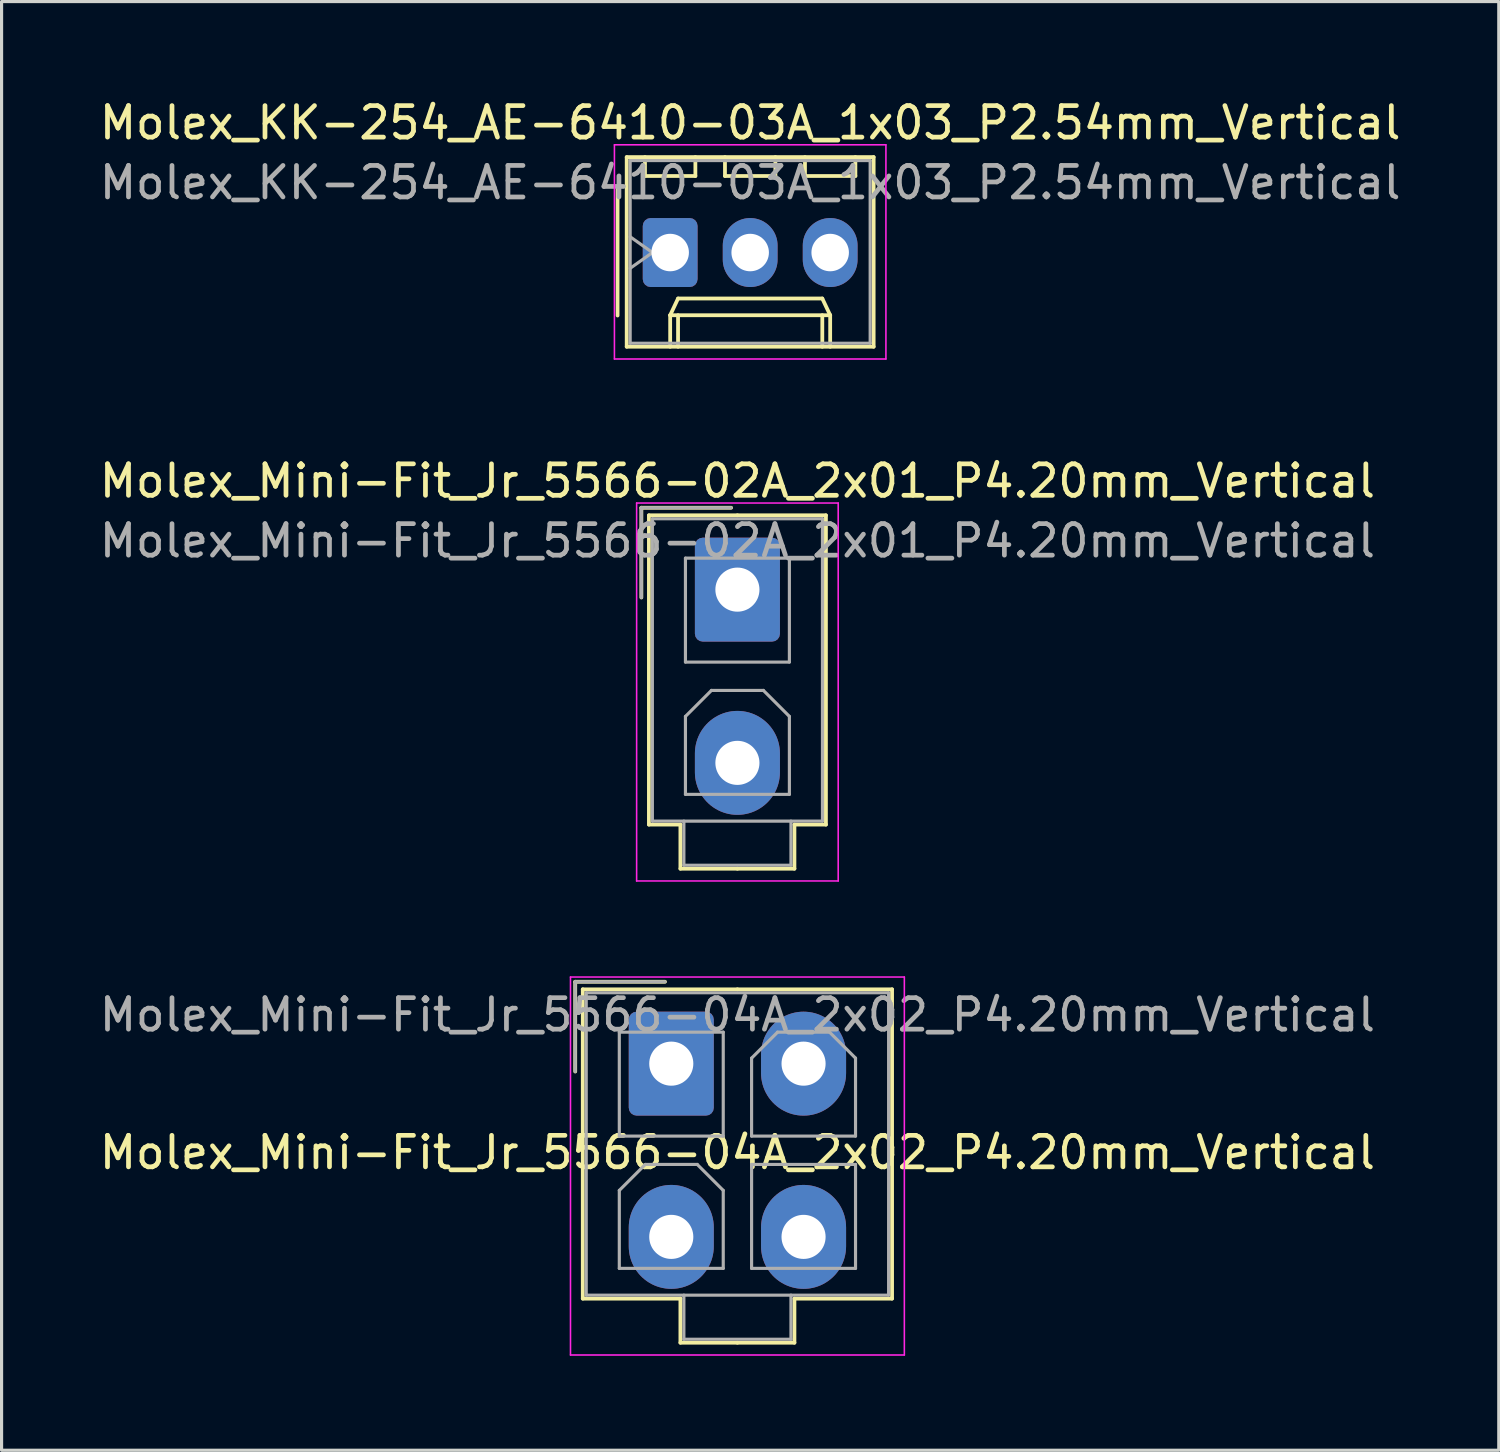
<source format=kicad_pcb>
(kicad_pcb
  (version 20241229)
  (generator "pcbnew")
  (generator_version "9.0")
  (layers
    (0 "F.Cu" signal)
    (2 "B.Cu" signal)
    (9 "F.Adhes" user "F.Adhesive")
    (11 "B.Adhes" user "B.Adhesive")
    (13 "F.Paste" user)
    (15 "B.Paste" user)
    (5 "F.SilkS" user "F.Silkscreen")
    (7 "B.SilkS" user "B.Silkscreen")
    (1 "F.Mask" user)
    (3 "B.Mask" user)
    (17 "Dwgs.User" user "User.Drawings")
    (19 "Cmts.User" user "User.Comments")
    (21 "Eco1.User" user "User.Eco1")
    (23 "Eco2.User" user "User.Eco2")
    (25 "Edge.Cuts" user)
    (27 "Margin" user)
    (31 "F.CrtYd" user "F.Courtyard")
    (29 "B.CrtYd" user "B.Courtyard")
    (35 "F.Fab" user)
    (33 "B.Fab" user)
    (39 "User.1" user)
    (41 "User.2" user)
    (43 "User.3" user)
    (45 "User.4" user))
  (footprint "Molex_KK-254_AE-6410-03A_1x03_P2.54mm_Vertical"
    (layer "F.Cu")
    (at 18.228 4.968)
    (property "Reference" "Molex_KK-254_AE-6410-03A_1x03_P2.54mm_Vertical" (at 2.54 -4.12 0) (layer "F.SilkS") (effects (font (size 1 1) (thickness 0.15))))
    (attr through_hole)
    (fp_line (start -1.67 -2) (end -1.67 2) (stroke (width 0.12) (type solid)) (layer "F.SilkS"))
    (fp_line (start -1.38 -3.03) (end -1.38 2.99) (stroke (width 0.12) (type solid)) (layer "F.SilkS"))
    (fp_line (start -1.38 2.99) (end 6.46 2.99) (stroke (width 0.12) (type solid)) (layer "F.SilkS"))
    (fp_line (start -0.8 -3.03) (end -0.8 -2.43) (stroke (width 0.12) (type solid)) (layer "F.SilkS"))
    (fp_line (start -0.8 -2.43) (end 0.8 -2.43) (stroke (width 0.12) (type solid)) (layer "F.SilkS"))
    (fp_line (start 0 1.99) (end 0.25 1.46) (stroke (width 0.12) (type solid)) (layer "F.SilkS"))
    (fp_line (start 0 1.99) (end 5.08 1.99) (stroke (width 0.12) (type solid)) (layer "F.SilkS"))
    (fp_line (start 0 2.99) (end 0 1.99) (stroke (width 0.12) (type solid)) (layer "F.SilkS"))
    (fp_line (start 0.25 1.46) (end 4.83 1.46) (stroke (width 0.12) (type solid)) (layer "F.SilkS"))
    (fp_line (start 0.25 2.99) (end 0.25 1.99) (stroke (width 0.12) (type solid)) (layer "F.SilkS"))
    (fp_line (start 0.8 -2.43) (end 0.8 -3.03) (stroke (width 0.12) (type solid)) (layer "F.SilkS"))
    (fp_line (start 1.74 -3.03) (end 1.74 -2.43) (stroke (width 0.12) (type solid)) (layer "F.SilkS"))
    (fp_line (start 1.74 -2.43) (end 3.34 -2.43) (stroke (width 0.12) (type solid)) (layer "F.SilkS"))
    (fp_line (start 3.34 -2.43) (end 3.34 -3.03) (stroke (width 0.12) (type solid)) (layer "F.SilkS"))
    (fp_line (start 4.28 -3.03) (end 4.28 -2.43) (stroke (width 0.12) (type solid)) (layer "F.SilkS"))
    (fp_line (start 4.28 -2.43) (end 5.88 -2.43) (stroke (width 0.12) (type solid)) (layer "F.SilkS"))
    (fp_line (start 4.83 1.46) (end 5.08 1.99) (stroke (width 0.12) (type solid)) (layer "F.SilkS"))
    (fp_line (start 4.83 2.99) (end 4.83 1.99) (stroke (width 0.12) (type solid)) (layer "F.SilkS"))
    (fp_line (start 5.08 1.99) (end 5.08 2.99) (stroke (width 0.12) (type solid)) (layer "F.SilkS"))
    (fp_line (start 5.88 -2.43) (end 5.88 -3.03) (stroke (width 0.12) (type solid)) (layer "F.SilkS"))
    (fp_line (start 6.46 -3.03) (end -1.38 -3.03) (stroke (width 0.12) (type solid)) (layer "F.SilkS"))
    (fp_line (start 6.46 2.99) (end 6.46 -3.03) (stroke (width 0.12) (type solid)) (layer "F.SilkS"))
    (fp_line (start -1.77 -3.42) (end -1.77 3.38) (stroke (width 0.05) (type solid)) (layer "F.CrtYd"))
    (fp_line (start -1.77 3.38) (end 6.85 3.38) (stroke (width 0.05) (type solid)) (layer "F.CrtYd"))
    (fp_line (start 6.85 -3.42) (end -1.77 -3.42) (stroke (width 0.05) (type solid)) (layer "F.CrtYd"))
    (fp_line (start 6.85 3.38) (end 6.85 -3.42) (stroke (width 0.05) (type solid)) (layer "F.CrtYd"))
    (fp_line (start -1.27 -2.92) (end -1.27 2.88) (stroke (width 0.1) (type solid)) (layer "F.Fab"))
    (fp_line (start -1.27 -0.5) (end -0.563 0) (stroke (width 0.1) (type solid)) (layer "F.Fab"))
    (fp_line (start -1.27 2.88) (end 6.35 2.88) (stroke (width 0.1) (type solid)) (layer "F.Fab"))
    (fp_line (start -0.563 0) (end -1.27 0.5) (stroke (width 0.1) (type solid)) (layer "F.Fab"))
    (fp_line (start 6.35 -2.92) (end -1.27 -2.92) (stroke (width 0.1) (type solid)) (layer "F.Fab"))
    (fp_line (start 6.35 2.88) (end 6.35 -2.92) (stroke (width 0.1) (type solid)) (layer "F.Fab"))
    (fp_text user "${REFERENCE}" (at 2.54 -2.22 0) (layer "F.Fab") (effects (font (size 1 1) (thickness 0.15))))
    (pad "1" thru_hole roundrect (at 0 0) (size 1.74 2.19) (drill 1.19) (layers "*.Cu" "*.Mask") (roundrect_rratio 0.144))
    (pad "2" thru_hole oval (at 2.54 0) (size 1.74 2.19) (drill 1.19) (layers "*.Cu" "*.Mask"))
    (pad "3" thru_hole oval (at 5.08 0) (size 1.74 2.19) (drill 1.19) (layers "*.Cu" "*.Mask")))
  (footprint "Molex_Mini-Fit_Jr_5566-04A_2x02_P4.20mm_Vertical"
    (layer "F.Cu")
    (at 18.263 30.721)
    (property "Reference" "Molex_Mini-Fit_Jr_5566-04A_2x02_P4.20mm_Vertical" (at 2.1 2.821 0) (layer "F.SilkS") (effects (font (size 1 1) (thickness 0.15))))
    (attr through_hole)
    (fp_line (start -3.05 -2.6) (end -3.05 0.25) (stroke (width 0.12) (type solid)) (layer "F.SilkS"))
    (fp_line (start -2.81 -2.36) (end -2.81 7.46) (stroke (width 0.12) (type solid)) (layer "F.SilkS"))
    (fp_line (start -2.81 7.46) (end 0.29 7.46) (stroke (width 0.12) (type solid)) (layer "F.SilkS"))
    (fp_line (start -0.2 -2.6) (end -3.05 -2.6) (stroke (width 0.12) (type solid)) (layer "F.SilkS"))
    (fp_line (start 0.29 7.46) (end 0.29 8.86) (stroke (width 0.12) (type solid)) (layer "F.SilkS"))
    (fp_line (start 0.29 8.86) (end 2.1 8.86) (stroke (width 0.12) (type solid)) (layer "F.SilkS"))
    (fp_line (start 2.1 -2.36) (end -2.81 -2.36) (stroke (width 0.12) (type solid)) (layer "F.SilkS"))
    (fp_line (start 2.1 -2.36) (end 7.01 -2.36) (stroke (width 0.12) (type solid)) (layer "F.SilkS"))
    (fp_line (start 3.91 7.46) (end 3.91 8.86) (stroke (width 0.12) (type solid)) (layer "F.SilkS"))
    (fp_line (start 3.91 8.86) (end 2.1 8.86) (stroke (width 0.12) (type solid)) (layer "F.SilkS"))
    (fp_line (start 7.01 -2.36) (end 7.01 7.46) (stroke (width 0.12) (type solid)) (layer "F.SilkS"))
    (fp_line (start 7.01 7.46) (end 3.91 7.46) (stroke (width 0.12) (type solid)) (layer "F.SilkS"))
    (fp_line (start -3.2 -2.75) (end -3.2 9.25) (stroke (width 0.05) (type solid)) (layer "F.CrtYd"))
    (fp_line (start -3.2 9.25) (end 7.4 9.25) (stroke (width 0.05) (type solid)) (layer "F.CrtYd"))
    (fp_line (start 7.4 -2.75) (end -3.2 -2.75) (stroke (width 0.05) (type solid)) (layer "F.CrtYd"))
    (fp_line (start 7.4 9.25) (end 7.4 -2.75) (stroke (width 0.05) (type solid)) (layer "F.CrtYd"))
    (fp_line (start -3.05 -2.6) (end -3.05 0.25) (stroke (width 0.1) (type solid)) (layer "F.Fab"))
    (fp_line (start -2.7 -2.25) (end -2.7 7.35) (stroke (width 0.1) (type solid)) (layer "F.Fab"))
    (fp_line (start -2.7 7.35) (end 6.9 7.35) (stroke (width 0.1) (type solid)) (layer "F.Fab"))
    (fp_line (start -1.65 -1) (end -1.65 2.3) (stroke (width 0.1) (type solid)) (layer "F.Fab"))
    (fp_line (start -1.65 2.3) (end 1.65 2.3) (stroke (width 0.1) (type solid)) (layer "F.Fab"))
    (fp_line (start -1.65 4.025) (end -0.825 3.2) (stroke (width 0.1) (type solid)) (layer "F.Fab"))
    (fp_line (start -1.65 6.5) (end -1.65 4.025) (stroke (width 0.1) (type solid)) (layer "F.Fab"))
    (fp_line (start -0.825 3.2) (end 0.825 3.2) (stroke (width 0.1) (type solid)) (layer "F.Fab"))
    (fp_line (start -0.2 -2.6) (end -3.05 -2.6) (stroke (width 0.1) (type solid)) (layer "F.Fab"))
    (fp_line (start 0.4 7.35) (end 0.4 8.75) (stroke (width 0.1) (type solid)) (layer "F.Fab"))
    (fp_line (start 0.4 8.75) (end 3.8 8.75) (stroke (width 0.1) (type solid)) (layer "F.Fab"))
    (fp_line (start 0.825 3.2) (end 1.65 4.025) (stroke (width 0.1) (type solid)) (layer "F.Fab"))
    (fp_line (start 1.65 -1) (end -1.65 -1) (stroke (width 0.1) (type solid)) (layer "F.Fab"))
    (fp_line (start 1.65 2.3) (end 1.65 -1) (stroke (width 0.1) (type solid)) (layer "F.Fab"))
    (fp_line (start 1.65 4.025) (end 1.65 6.5) (stroke (width 0.1) (type solid)) (layer "F.Fab"))
    (fp_line (start 1.65 6.5) (end -1.65 6.5) (stroke (width 0.1) (type solid)) (layer "F.Fab"))
    (fp_line (start 2.55 -0.175) (end 3.375 -1) (stroke (width 0.1) (type solid)) (layer "F.Fab"))
    (fp_line (start 2.55 2.3) (end 2.55 -0.175) (stroke (width 0.1) (type solid)) (layer "F.Fab"))
    (fp_line (start 2.55 3.2) (end 2.55 6.5) (stroke (width 0.1) (type solid)) (layer "F.Fab"))
    (fp_line (start 2.55 6.5) (end 5.85 6.5) (stroke (width 0.1) (type solid)) (layer "F.Fab"))
    (fp_line (start 3.375 -1) (end 5.025 -1) (stroke (width 0.1) (type solid)) (layer "F.Fab"))
    (fp_line (start 3.8 8.75) (end 3.8 7.35) (stroke (width 0.1) (type solid)) (layer "F.Fab"))
    (fp_line (start 5.025 -1) (end 5.85 -0.175) (stroke (width 0.1) (type solid)) (layer "F.Fab"))
    (fp_line (start 5.85 -0.175) (end 5.85 2.3) (stroke (width 0.1) (type solid)) (layer "F.Fab"))
    (fp_line (start 5.85 2.3) (end 2.55 2.3) (stroke (width 0.1) (type solid)) (layer "F.Fab"))
    (fp_line (start 5.85 3.2) (end 2.55 3.2) (stroke (width 0.1) (type solid)) (layer "F.Fab"))
    (fp_line (start 5.85 6.5) (end 5.85 3.2) (stroke (width 0.1) (type solid)) (layer "F.Fab"))
    (fp_line (start 6.9 -2.25) (end -2.7 -2.25) (stroke (width 0.1) (type solid)) (layer "F.Fab"))
    (fp_line (start 6.9 7.35) (end 6.9 -2.25) (stroke (width 0.1) (type solid)) (layer "F.Fab"))
    (fp_text user "${REFERENCE}" (at 2.1 -1.55 0) (layer "F.Fab") (effects (font (size 1 1) (thickness 0.15))))
    (pad "1" thru_hole roundrect (at 0 0) (size 2.7 3.3) (drill 1.4) (layers "*.Cu" "*.Mask") (roundrect_rratio 0.093))
    (pad "2" thru_hole oval (at 4.2 0) (size 2.7 3.3) (drill 1.4) (layers "*.Cu" "*.Mask"))
    (pad "3" thru_hole oval (at 0 5.5) (size 2.7 3.3) (drill 1.4) (layers "*.Cu" "*.Mask"))
    (pad "4" thru_hole oval (at 4.2 5.5) (size 2.7 3.3) (drill 1.4) (layers "*.Cu" "*.Mask")))
  (footprint "Molex_Mini-Fit_Jr_5566-02A_2x01_P4.20mm_Vertical"
    (layer "F.Cu")
    (at 20.363 15.671)
    (property "Reference" "Molex_Mini-Fit_Jr_5566-02A_2x01_P4.20mm_Vertical" (at 0 -3.45 180) (layer "F.SilkS") (effects (font (size 1 1) (thickness 0.15))))
    (attr through_hole)
    (fp_line (start -3.05 -2.6) (end -3.05 0.25) (stroke (width 0.12) (type solid)) (layer "F.SilkS"))
    (fp_line (start -2.81 -2.36) (end -2.81 7.46) (stroke (width 0.12) (type solid)) (layer "F.SilkS"))
    (fp_line (start -2.81 7.46) (end -1.81 7.46) (stroke (width 0.12) (type solid)) (layer "F.SilkS"))
    (fp_line (start -1.81 7.46) (end -1.81 8.86) (stroke (width 0.12) (type solid)) (layer "F.SilkS"))
    (fp_line (start -1.81 8.86) (end 0 8.86) (stroke (width 0.12) (type solid)) (layer "F.SilkS"))
    (fp_line (start -0.2 -2.6) (end -3.05 -2.6) (stroke (width 0.12) (type solid)) (layer "F.SilkS"))
    (fp_line (start 0 -2.36) (end -2.81 -2.36) (stroke (width 0.12) (type solid)) (layer "F.SilkS"))
    (fp_line (start 0 -2.36) (end 2.81 -2.36) (stroke (width 0.12) (type solid)) (layer "F.SilkS"))
    (fp_line (start 1.81 7.46) (end 1.81 8.86) (stroke (width 0.12) (type solid)) (layer "F.SilkS"))
    (fp_line (start 1.81 8.86) (end 0 8.86) (stroke (width 0.12) (type solid)) (layer "F.SilkS"))
    (fp_line (start 2.81 -2.36) (end 2.81 7.46) (stroke (width 0.12) (type solid)) (layer "F.SilkS"))
    (fp_line (start 2.81 7.46) (end 1.81 7.46) (stroke (width 0.12) (type solid)) (layer "F.SilkS"))
    (fp_line (start -3.2 -2.75) (end -3.2 9.25) (stroke (width 0.05) (type solid)) (layer "F.CrtYd"))
    (fp_line (start -3.2 9.25) (end 3.2 9.25) (stroke (width 0.05) (type solid)) (layer "F.CrtYd"))
    (fp_line (start 3.2 -2.75) (end -3.2 -2.75) (stroke (width 0.05) (type solid)) (layer "F.CrtYd"))
    (fp_line (start 3.2 9.25) (end 3.2 -2.75) (stroke (width 0.05) (type solid)) (layer "F.CrtYd"))
    (fp_line (start -3.05 -2.6) (end -3.05 0.25) (stroke (width 0.1) (type solid)) (layer "F.Fab"))
    (fp_line (start -2.7 -2.25) (end -2.7 7.35) (stroke (width 0.1) (type solid)) (layer "F.Fab"))
    (fp_line (start -2.7 7.35) (end 2.7 7.35) (stroke (width 0.1) (type solid)) (layer "F.Fab"))
    (fp_line (start -1.7 7.35) (end -1.7 8.75) (stroke (width 0.1) (type solid)) (layer "F.Fab"))
    (fp_line (start -1.7 8.75) (end 1.7 8.75) (stroke (width 0.1) (type solid)) (layer "F.Fab"))
    (fp_line (start -1.65 -1) (end -1.65 2.3) (stroke (width 0.1) (type solid)) (layer "F.Fab"))
    (fp_line (start -1.65 2.3) (end 1.65 2.3) (stroke (width 0.1) (type solid)) (layer "F.Fab"))
    (fp_line (start -1.65 4.025) (end -0.825 3.2) (stroke (width 0.1) (type solid)) (layer "F.Fab"))
    (fp_line (start -1.65 6.5) (end -1.65 4.025) (stroke (width 0.1) (type solid)) (layer "F.Fab"))
    (fp_line (start -0.825 3.2) (end 0.825 3.2) (stroke (width 0.1) (type solid)) (layer "F.Fab"))
    (fp_line (start -0.2 -2.6) (end -3.05 -2.6) (stroke (width 0.1) (type solid)) (layer "F.Fab"))
    (fp_line (start 0.825 3.2) (end 1.65 4.025) (stroke (width 0.1) (type solid)) (layer "F.Fab"))
    (fp_line (start 1.65 -1) (end -1.65 -1) (stroke (width 0.1) (type solid)) (layer "F.Fab"))
    (fp_line (start 1.65 2.3) (end 1.65 -1) (stroke (width 0.1) (type solid)) (layer "F.Fab"))
    (fp_line (start 1.65 4.025) (end 1.65 6.5) (stroke (width 0.1) (type solid)) (layer "F.Fab"))
    (fp_line (start 1.65 6.5) (end -1.65 6.5) (stroke (width 0.1) (type solid)) (layer "F.Fab"))
    (fp_line (start 1.7 8.75) (end 1.7 7.35) (stroke (width 0.1) (type solid)) (layer "F.Fab"))
    (fp_line (start 2.7 -2.25) (end -2.7 -2.25) (stroke (width 0.1) (type solid)) (layer "F.Fab"))
    (fp_line (start 2.7 7.35) (end 2.7 -2.25) (stroke (width 0.1) (type solid)) (layer "F.Fab"))
    (fp_text user "${REFERENCE}" (at 0 -1.55 180) (layer "F.Fab") (effects (font (size 1 1) (thickness 0.15))))
    (pad "1" thru_hole roundrect (at 0 0) (size 2.7 3.3) (drill 1.4) (layers "*.Cu" "*.Mask") (roundrect_rratio 0.093))
    (pad "2" thru_hole oval (at 0 5.5) (size 2.7 3.3) (drill 1.4) (layers "*.Cu" "*.Mask")))
  (gr_rect
    (start -3 -3)
    (end 44.536 42.996)
    (stroke (width 0.1) (type default))
    (fill no)
    (layer "Edge.Cuts")))
</source>
